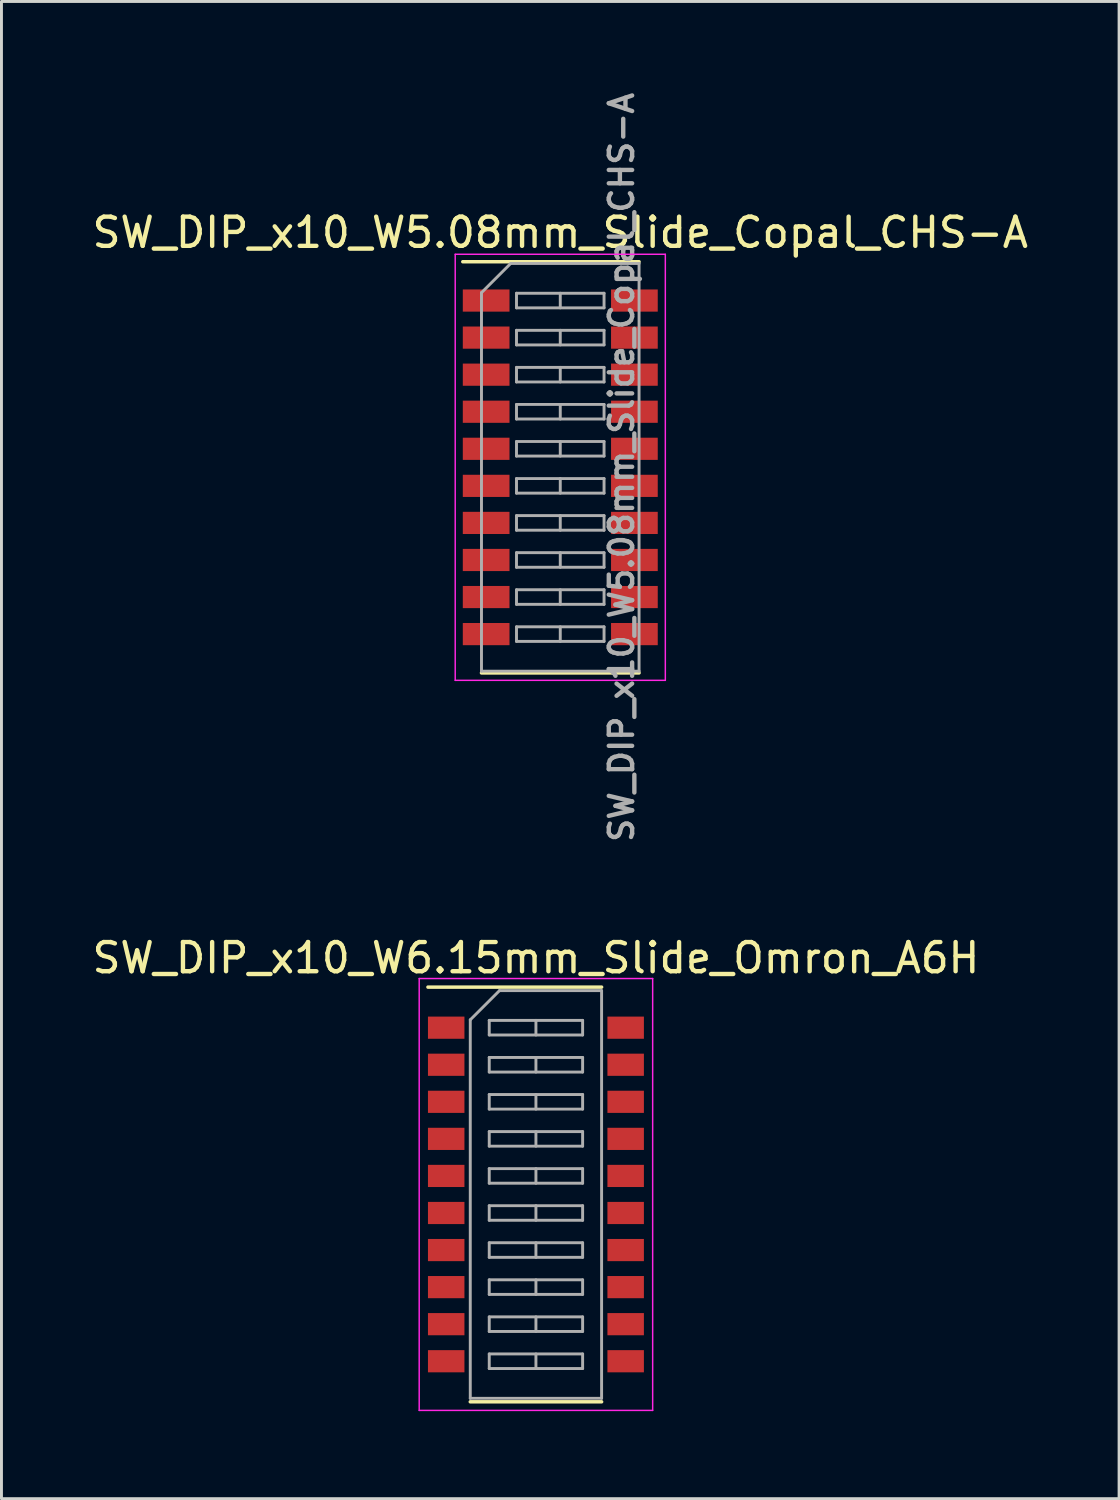
<source format=kicad_pcb>
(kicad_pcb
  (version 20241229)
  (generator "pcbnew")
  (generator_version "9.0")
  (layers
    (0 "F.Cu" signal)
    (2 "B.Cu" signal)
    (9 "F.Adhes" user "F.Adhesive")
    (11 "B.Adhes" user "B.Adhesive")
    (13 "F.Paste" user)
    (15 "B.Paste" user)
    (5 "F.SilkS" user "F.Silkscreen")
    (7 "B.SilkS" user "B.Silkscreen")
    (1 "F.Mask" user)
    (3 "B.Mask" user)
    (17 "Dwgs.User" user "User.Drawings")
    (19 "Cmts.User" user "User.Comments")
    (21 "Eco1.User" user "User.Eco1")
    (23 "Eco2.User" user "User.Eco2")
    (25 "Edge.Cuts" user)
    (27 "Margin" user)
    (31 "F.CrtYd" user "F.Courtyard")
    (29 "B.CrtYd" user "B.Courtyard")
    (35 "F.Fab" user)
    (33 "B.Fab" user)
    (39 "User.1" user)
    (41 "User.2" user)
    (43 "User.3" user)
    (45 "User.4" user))
  (footprint "SW_DIP_x10_W5.08mm_Slide_Copal_CHS-A"
    (layer "F.Cu")
    (at 16.149 12.964)
    (property "Reference" "SW_DIP_x10_W5.08mm_Slide_Copal_CHS-A" (at 0 -8.045 0) (layer "F.SilkS") (effects (font (size 1 1) (thickness 0.15))))
    (attr smd)
    (fp_line (start -3.34 -7.045) (end 2.7 -7.045) (stroke (width 0.12) (type solid)) (layer "F.SilkS"))
    (fp_line (start -2.7 7.045) (end 2.7 7.045) (stroke (width 0.12) (type solid)) (layer "F.SilkS"))
    (fp_line (start -3.6 -7.3) (end -3.6 7.3) (stroke (width 0.05) (type solid)) (layer "F.CrtYd"))
    (fp_line (start -3.6 7.3) (end 3.6 7.3) (stroke (width 0.05) (type solid)) (layer "F.CrtYd"))
    (fp_line (start 3.6 -7.3) (end -3.6 -7.3) (stroke (width 0.05) (type solid)) (layer "F.CrtYd"))
    (fp_line (start 3.6 7.3) (end 3.6 -7.3) (stroke (width 0.05) (type solid)) (layer "F.CrtYd"))
    (fp_line (start -2.7 -5.985) (end -1.7 -6.985) (stroke (width 0.1) (type solid)) (layer "F.Fab"))
    (fp_line (start -2.7 6.985) (end -2.7 -5.985) (stroke (width 0.1) (type solid)) (layer "F.Fab"))
    (fp_line (start -1.7 -6.985) (end 2.7 -6.985) (stroke (width 0.1) (type solid)) (layer "F.Fab"))
    (fp_line (start -1.5 -5.965) (end -1.5 -5.465) (stroke (width 0.1) (type solid)) (layer "F.Fab"))
    (fp_line (start -1.5 -5.465) (end 1.5 -5.465) (stroke (width 0.1) (type solid)) (layer "F.Fab"))
    (fp_line (start -1.5 -4.695) (end -1.5 -4.195) (stroke (width 0.1) (type solid)) (layer "F.Fab"))
    (fp_line (start -1.5 -4.195) (end 1.5 -4.195) (stroke (width 0.1) (type solid)) (layer "F.Fab"))
    (fp_line (start -1.5 -3.425) (end -1.5 -2.925) (stroke (width 0.1) (type solid)) (layer "F.Fab"))
    (fp_line (start -1.5 -2.925) (end 1.5 -2.925) (stroke (width 0.1) (type solid)) (layer "F.Fab"))
    (fp_line (start -1.5 -2.155) (end -1.5 -1.655) (stroke (width 0.1) (type solid)) (layer "F.Fab"))
    (fp_line (start -1.5 -1.655) (end 1.5 -1.655) (stroke (width 0.1) (type solid)) (layer "F.Fab"))
    (fp_line (start -1.5 -0.885) (end -1.5 -0.385) (stroke (width 0.1) (type solid)) (layer "F.Fab"))
    (fp_line (start -1.5 -0.385) (end 1.5 -0.385) (stroke (width 0.1) (type solid)) (layer "F.Fab"))
    (fp_line (start -1.5 0.385) (end -1.5 0.885) (stroke (width 0.1) (type solid)) (layer "F.Fab"))
    (fp_line (start -1.5 0.885) (end 1.5 0.885) (stroke (width 0.1) (type solid)) (layer "F.Fab"))
    (fp_line (start -1.5 1.655) (end -1.5 2.155) (stroke (width 0.1) (type solid)) (layer "F.Fab"))
    (fp_line (start -1.5 2.155) (end 1.5 2.155) (stroke (width 0.1) (type solid)) (layer "F.Fab"))
    (fp_line (start -1.5 2.925) (end -1.5 3.425) (stroke (width 0.1) (type solid)) (layer "F.Fab"))
    (fp_line (start -1.5 3.425) (end 1.5 3.425) (stroke (width 0.1) (type solid)) (layer "F.Fab"))
    (fp_line (start -1.5 4.195) (end -1.5 4.695) (stroke (width 0.1) (type solid)) (layer "F.Fab"))
    (fp_line (start -1.5 4.695) (end 1.5 4.695) (stroke (width 0.1) (type solid)) (layer "F.Fab"))
    (fp_line (start -1.5 5.465) (end -1.5 5.965) (stroke (width 0.1) (type solid)) (layer "F.Fab"))
    (fp_line (start -1.5 5.965) (end 1.5 5.965) (stroke (width 0.1) (type solid)) (layer "F.Fab"))
    (fp_line (start 0 -5.965) (end 0 -5.465) (stroke (width 0.1) (type solid)) (layer "F.Fab"))
    (fp_line (start 0 -4.695) (end 0 -4.195) (stroke (width 0.1) (type solid)) (layer "F.Fab"))
    (fp_line (start 0 -3.425) (end 0 -2.925) (stroke (width 0.1) (type solid)) (layer "F.Fab"))
    (fp_line (start 0 -2.155) (end 0 -1.655) (stroke (width 0.1) (type solid)) (layer "F.Fab"))
    (fp_line (start 0 -0.885) (end 0 -0.385) (stroke (width 0.1) (type solid)) (layer "F.Fab"))
    (fp_line (start 0 0.385) (end 0 0.885) (stroke (width 0.1) (type solid)) (layer "F.Fab"))
    (fp_line (start 0 1.655) (end 0 2.155) (stroke (width 0.1) (type solid)) (layer "F.Fab"))
    (fp_line (start 0 2.925) (end 0 3.425) (stroke (width 0.1) (type solid)) (layer "F.Fab"))
    (fp_line (start 0 4.195) (end 0 4.695) (stroke (width 0.1) (type solid)) (layer "F.Fab"))
    (fp_line (start 0 5.465) (end 0 5.965) (stroke (width 0.1) (type solid)) (layer "F.Fab"))
    (fp_line (start 1.5 -5.965) (end -1.5 -5.965) (stroke (width 0.1) (type solid)) (layer "F.Fab"))
    (fp_line (start 1.5 -5.465) (end 1.5 -5.965) (stroke (width 0.1) (type solid)) (layer "F.Fab"))
    (fp_line (start 1.5 -4.695) (end -1.5 -4.695) (stroke (width 0.1) (type solid)) (layer "F.Fab"))
    (fp_line (start 1.5 -4.195) (end 1.5 -4.695) (stroke (width 0.1) (type solid)) (layer "F.Fab"))
    (fp_line (start 1.5 -3.425) (end -1.5 -3.425) (stroke (width 0.1) (type solid)) (layer "F.Fab"))
    (fp_line (start 1.5 -2.925) (end 1.5 -3.425) (stroke (width 0.1) (type solid)) (layer "F.Fab"))
    (fp_line (start 1.5 -2.155) (end -1.5 -2.155) (stroke (width 0.1) (type solid)) (layer "F.Fab"))
    (fp_line (start 1.5 -1.655) (end 1.5 -2.155) (stroke (width 0.1) (type solid)) (layer "F.Fab"))
    (fp_line (start 1.5 -0.885) (end -1.5 -0.885) (stroke (width 0.1) (type solid)) (layer "F.Fab"))
    (fp_line (start 1.5 -0.385) (end 1.5 -0.885) (stroke (width 0.1) (type solid)) (layer "F.Fab"))
    (fp_line (start 1.5 0.385) (end -1.5 0.385) (stroke (width 0.1) (type solid)) (layer "F.Fab"))
    (fp_line (start 1.5 0.885) (end 1.5 0.385) (stroke (width 0.1) (type solid)) (layer "F.Fab"))
    (fp_line (start 1.5 1.655) (end -1.5 1.655) (stroke (width 0.1) (type solid)) (layer "F.Fab"))
    (fp_line (start 1.5 2.155) (end 1.5 1.655) (stroke (width 0.1) (type solid)) (layer "F.Fab"))
    (fp_line (start 1.5 2.925) (end -1.5 2.925) (stroke (width 0.1) (type solid)) (layer "F.Fab"))
    (fp_line (start 1.5 3.425) (end 1.5 2.925) (stroke (width 0.1) (type solid)) (layer "F.Fab"))
    (fp_line (start 1.5 4.195) (end -1.5 4.195) (stroke (width 0.1) (type solid)) (layer "F.Fab"))
    (fp_line (start 1.5 4.695) (end 1.5 4.195) (stroke (width 0.1) (type solid)) (layer "F.Fab"))
    (fp_line (start 1.5 5.465) (end -1.5 5.465) (stroke (width 0.1) (type solid)) (layer "F.Fab"))
    (fp_line (start 1.5 5.965) (end 1.5 5.465) (stroke (width 0.1) (type solid)) (layer "F.Fab"))
    (fp_line (start 2.7 -6.985) (end 2.7 6.985) (stroke (width 0.1) (type solid)) (layer "F.Fab"))
    (fp_line (start 2.7 6.985) (end -2.7 6.985) (stroke (width 0.1) (type solid)) (layer "F.Fab"))
    (fp_text user "${REFERENCE}" (at 2.1 0 90) (layer "F.Fab") (effects (font (size 0.8 0.8) (thickness 0.15))))
    (pad "1" smd rect (at -2.54 -5.715) (size 1.6 0.76) (layers "F.Cu" "F.Mask" "F.Paste"))
    (pad "2" smd rect (at -2.54 -4.445) (size 1.6 0.76) (layers "F.Cu" "F.Mask" "F.Paste"))
    (pad "3" smd rect (at -2.54 -3.175) (size 1.6 0.76) (layers "F.Cu" "F.Mask" "F.Paste"))
    (pad "4" smd rect (at -2.54 -1.905) (size 1.6 0.76) (layers "F.Cu" "F.Mask" "F.Paste"))
    (pad "5" smd rect (at -2.54 -0.635) (size 1.6 0.76) (layers "F.Cu" "F.Mask" "F.Paste"))
    (pad "6" smd rect (at -2.54 0.635) (size 1.6 0.76) (layers "F.Cu" "F.Mask" "F.Paste"))
    (pad "7" smd rect (at -2.54 1.905) (size 1.6 0.76) (layers "F.Cu" "F.Mask" "F.Paste"))
    (pad "8" smd rect (at -2.54 3.175) (size 1.6 0.76) (layers "F.Cu" "F.Mask" "F.Paste"))
    (pad "9" smd rect (at -2.54 4.445) (size 1.6 0.76) (layers "F.Cu" "F.Mask" "F.Paste"))
    (pad "10" smd rect (at -2.54 5.715) (size 1.6 0.76) (layers "F.Cu" "F.Mask" "F.Paste"))
    (pad "11" smd rect (at 2.54 5.715) (size 1.6 0.76) (layers "F.Cu" "F.Mask" "F.Paste"))
    (pad "12" smd rect (at 2.54 4.445) (size 1.6 0.76) (layers "F.Cu" "F.Mask" "F.Paste"))
    (pad "13" smd rect (at 2.54 3.175) (size 1.6 0.76) (layers "F.Cu" "F.Mask" "F.Paste"))
    (pad "14" smd rect (at 2.54 1.905) (size 1.6 0.76) (layers "F.Cu" "F.Mask" "F.Paste"))
    (pad "15" smd rect (at 2.54 0.635) (size 1.6 0.76) (layers "F.Cu" "F.Mask" "F.Paste"))
    (pad "16" smd rect (at 2.54 -0.635) (size 1.6 0.76) (layers "F.Cu" "F.Mask" "F.Paste"))
    (pad "17" smd rect (at 2.54 -1.905) (size 1.6 0.76) (layers "F.Cu" "F.Mask" "F.Paste"))
    (pad "18" smd rect (at 2.54 -3.175) (size 1.6 0.76) (layers "F.Cu" "F.Mask" "F.Paste"))
    (pad "19" smd rect (at 2.54 -4.445) (size 1.6 0.76) (layers "F.Cu" "F.Mask" "F.Paste"))
    (pad "20" smd rect (at 2.54 -5.715) (size 1.6 0.76) (layers "F.Cu" "F.Mask" "F.Paste")))
  (footprint "SW_DIP_x10_W6.15mm_Slide_Omron_A6H"
    (layer "F.Cu")
    (at 15.315 37.881)
    (property "Reference" "SW_DIP_x10_W6.15mm_Slide_Omron_A6H" (at 0 -8.105 0) (layer "F.SilkS") (effects (font (size 1 1) (thickness 0.15))))
    (attr smd)
    (fp_line (start -3.7 -7.105) (end 2.25 -7.105) (stroke (width 0.12) (type solid)) (layer "F.SilkS"))
    (fp_line (start -2.25 7.105) (end 2.25 7.105) (stroke (width 0.12) (type solid)) (layer "F.SilkS"))
    (fp_line (start -4 -7.4) (end -4 7.4) (stroke (width 0.05) (type solid)) (layer "F.CrtYd"))
    (fp_line (start -4 7.4) (end 4 7.4) (stroke (width 0.05) (type solid)) (layer "F.CrtYd"))
    (fp_line (start 4 -7.4) (end -4 -7.4) (stroke (width 0.05) (type solid)) (layer "F.CrtYd"))
    (fp_line (start 4 7.4) (end 4 -7.4) (stroke (width 0.05) (type solid)) (layer "F.CrtYd"))
    (fp_line (start -2.25 -5.985) (end -1.25 -6.985) (stroke (width 0.1) (type solid)) (layer "F.Fab"))
    (fp_line (start -2.25 6.985) (end -2.25 -5.985) (stroke (width 0.1) (type solid)) (layer "F.Fab"))
    (fp_line (start -1.6 -5.965) (end -1.6 -5.465) (stroke (width 0.1) (type solid)) (layer "F.Fab"))
    (fp_line (start -1.6 -5.465) (end 1.6 -5.465) (stroke (width 0.1) (type solid)) (layer "F.Fab"))
    (fp_line (start -1.6 -4.695) (end -1.6 -4.195) (stroke (width 0.1) (type solid)) (layer "F.Fab"))
    (fp_line (start -1.6 -4.195) (end 1.6 -4.195) (stroke (width 0.1) (type solid)) (layer "F.Fab"))
    (fp_line (start -1.6 -3.425) (end -1.6 -2.925) (stroke (width 0.1) (type solid)) (layer "F.Fab"))
    (fp_line (start -1.6 -2.925) (end 1.6 -2.925) (stroke (width 0.1) (type solid)) (layer "F.Fab"))
    (fp_line (start -1.6 -2.155) (end -1.6 -1.655) (stroke (width 0.1) (type solid)) (layer "F.Fab"))
    (fp_line (start -1.6 -1.655) (end 1.6 -1.655) (stroke (width 0.1) (type solid)) (layer "F.Fab"))
    (fp_line (start -1.6 -0.885) (end -1.6 -0.385) (stroke (width 0.1) (type solid)) (layer "F.Fab"))
    (fp_line (start -1.6 -0.385) (end 1.6 -0.385) (stroke (width 0.1) (type solid)) (layer "F.Fab"))
    (fp_line (start -1.6 0.385) (end -1.6 0.885) (stroke (width 0.1) (type solid)) (layer "F.Fab"))
    (fp_line (start -1.6 0.885) (end 1.6 0.885) (stroke (width 0.1) (type solid)) (layer "F.Fab"))
    (fp_line (start -1.6 1.655) (end -1.6 2.155) (stroke (width 0.1) (type solid)) (layer "F.Fab"))
    (fp_line (start -1.6 2.155) (end 1.6 2.155) (stroke (width 0.1) (type solid)) (layer "F.Fab"))
    (fp_line (start -1.6 2.925) (end -1.6 3.425) (stroke (width 0.1) (type solid)) (layer "F.Fab"))
    (fp_line (start -1.6 3.425) (end 1.6 3.425) (stroke (width 0.1) (type solid)) (layer "F.Fab"))
    (fp_line (start -1.6 4.195) (end -1.6 4.695) (stroke (width 0.1) (type solid)) (layer "F.Fab"))
    (fp_line (start -1.6 4.695) (end 1.6 4.695) (stroke (width 0.1) (type solid)) (layer "F.Fab"))
    (fp_line (start -1.6 5.465) (end -1.6 5.965) (stroke (width 0.1) (type solid)) (layer "F.Fab"))
    (fp_line (start -1.6 5.965) (end 1.6 5.965) (stroke (width 0.1) (type solid)) (layer "F.Fab"))
    (fp_line (start -1.25 -6.985) (end 2.25 -6.985) (stroke (width 0.1) (type solid)) (layer "F.Fab"))
    (fp_line (start 0 -5.965) (end 0 -5.465) (stroke (width 0.1) (type solid)) (layer "F.Fab"))
    (fp_line (start 0 -4.695) (end 0 -4.195) (stroke (width 0.1) (type solid)) (layer "F.Fab"))
    (fp_line (start 0 -3.425) (end 0 -2.925) (stroke (width 0.1) (type solid)) (layer "F.Fab"))
    (fp_line (start 0 -2.155) (end 0 -1.655) (stroke (width 0.1) (type solid)) (layer "F.Fab"))
    (fp_line (start 0 -0.885) (end 0 -0.385) (stroke (width 0.1) (type solid)) (layer "F.Fab"))
    (fp_line (start 0 0.385) (end 0 0.885) (stroke (width 0.1) (type solid)) (layer "F.Fab"))
    (fp_line (start 0 1.655) (end 0 2.155) (stroke (width 0.1) (type solid)) (layer "F.Fab"))
    (fp_line (start 0 2.925) (end 0 3.425) (stroke (width 0.1) (type solid)) (layer "F.Fab"))
    (fp_line (start 0 4.195) (end 0 4.695) (stroke (width 0.1) (type solid)) (layer "F.Fab"))
    (fp_line (start 0 5.465) (end 0 5.965) (stroke (width 0.1) (type solid)) (layer "F.Fab"))
    (fp_line (start 1.6 -5.965) (end -1.6 -5.965) (stroke (width 0.1) (type solid)) (layer "F.Fab"))
    (fp_line (start 1.6 -5.465) (end 1.6 -5.965) (stroke (width 0.1) (type solid)) (layer "F.Fab"))
    (fp_line (start 1.6 -4.695) (end -1.6 -4.695) (stroke (width 0.1) (type solid)) (layer "F.Fab"))
    (fp_line (start 1.6 -4.195) (end 1.6 -4.695) (stroke (width 0.1) (type solid)) (layer "F.Fab"))
    (fp_line (start 1.6 -3.425) (end -1.6 -3.425) (stroke (width 0.1) (type solid)) (layer "F.Fab"))
    (fp_line (start 1.6 -2.925) (end 1.6 -3.425) (stroke (width 0.1) (type solid)) (layer "F.Fab"))
    (fp_line (start 1.6 -2.155) (end -1.6 -2.155) (stroke (width 0.1) (type solid)) (layer "F.Fab"))
    (fp_line (start 1.6 -1.655) (end 1.6 -2.155) (stroke (width 0.1) (type solid)) (layer "F.Fab"))
    (fp_line (start 1.6 -0.885) (end -1.6 -0.885) (stroke (width 0.1) (type solid)) (layer "F.Fab"))
    (fp_line (start 1.6 -0.385) (end 1.6 -0.885) (stroke (width 0.1) (type solid)) (layer "F.Fab"))
    (fp_line (start 1.6 0.385) (end -1.6 0.385) (stroke (width 0.1) (type solid)) (layer "F.Fab"))
    (fp_line (start 1.6 0.885) (end 1.6 0.385) (stroke (width 0.1) (type solid)) (layer "F.Fab"))
    (fp_line (start 1.6 1.655) (end -1.6 1.655) (stroke (width 0.1) (type solid)) (layer "F.Fab"))
    (fp_line (start 1.6 2.155) (end 1.6 1.655) (stroke (width 0.1) (type solid)) (layer "F.Fab"))
    (fp_line (start 1.6 2.925) (end -1.6 2.925) (stroke (width 0.1) (type solid)) (layer "F.Fab"))
    (fp_line (start 1.6 3.425) (end 1.6 2.925) (stroke (width 0.1) (type solid)) (layer "F.Fab"))
    (fp_line (start 1.6 4.195) (end -1.6 4.195) (stroke (width 0.1) (type solid)) (layer "F.Fab"))
    (fp_line (start 1.6 4.695) (end 1.6 4.195) (stroke (width 0.1) (type solid)) (layer "F.Fab"))
    (fp_line (start 1.6 5.465) (end -1.6 5.465) (stroke (width 0.1) (type solid)) (layer "F.Fab"))
    (fp_line (start 1.6 5.965) (end 1.6 5.465) (stroke (width 0.1) (type solid)) (layer "F.Fab"))
    (fp_line (start 2.25 -6.985) (end 2.25 6.985) (stroke (width 0.1) (type solid)) (layer "F.Fab"))
    (fp_line (start 2.25 6.985) (end -2.25 6.985) (stroke (width 0.1) (type solid)) (layer "F.Fab"))
    (pad "1" smd rect (at -3.075 -5.715) (size 1.25 0.76) (layers "F.Cu" "F.Mask"))
    (pad "2" smd rect (at -3.075 -4.445) (size 1.25 0.76) (layers "F.Cu" "F.Mask"))
    (pad "3" smd rect (at -3.075 -3.175) (size 1.25 0.76) (layers "F.Cu" "F.Mask"))
    (pad "4" smd rect (at -3.075 -1.905) (size 1.25 0.76) (layers "F.Cu" "F.Mask"))
    (pad "5" smd rect (at -3.075 -0.635) (size 1.25 0.76) (layers "F.Cu" "F.Mask"))
    (pad "6" smd rect (at -3.075 0.635) (size 1.25 0.76) (layers "F.Cu" "F.Mask"))
    (pad "7" smd rect (at -3.075 1.905) (size 1.25 0.76) (layers "F.Cu" "F.Mask"))
    (pad "8" smd rect (at -3.075 3.175) (size 1.25 0.76) (layers "F.Cu" "F.Mask"))
    (pad "9" smd rect (at -3.075 4.445) (size 1.25 0.76) (layers "F.Cu" "F.Mask"))
    (pad "10" smd rect (at -3.075 5.715) (size 1.25 0.76) (layers "F.Cu" "F.Mask"))
    (pad "11" smd rect (at 3.075 5.715) (size 1.25 0.76) (layers "F.Cu" "F.Mask"))
    (pad "12" smd rect (at 3.075 4.445) (size 1.25 0.76) (layers "F.Cu" "F.Mask"))
    (pad "13" smd rect (at 3.075 3.175) (size 1.25 0.76) (layers "F.Cu" "F.Mask"))
    (pad "14" smd rect (at 3.075 1.905) (size 1.25 0.76) (layers "F.Cu" "F.Mask"))
    (pad "15" smd rect (at 3.075 0.635) (size 1.25 0.76) (layers "F.Cu" "F.Mask"))
    (pad "16" smd rect (at 3.075 -0.635) (size 1.25 0.76) (layers "F.Cu" "F.Mask"))
    (pad "17" smd rect (at 3.075 -1.905) (size 1.25 0.76) (layers "F.Cu" "F.Mask"))
    (pad "18" smd rect (at 3.075 -3.175) (size 1.25 0.76) (layers "F.Cu" "F.Mask"))
    (pad "19" smd rect (at 3.075 -4.445) (size 1.25 0.76) (layers "F.Cu" "F.Mask"))
    (pad "20" smd rect (at 3.075 -5.715) (size 1.25 0.76) (layers "F.Cu" "F.Mask")))
  (gr_rect
    (start -3 -3)
    (end 35.298 48.306)
    (stroke (width 0.1) (type default))
    (fill no)
    (layer "Edge.Cuts")))
</source>
